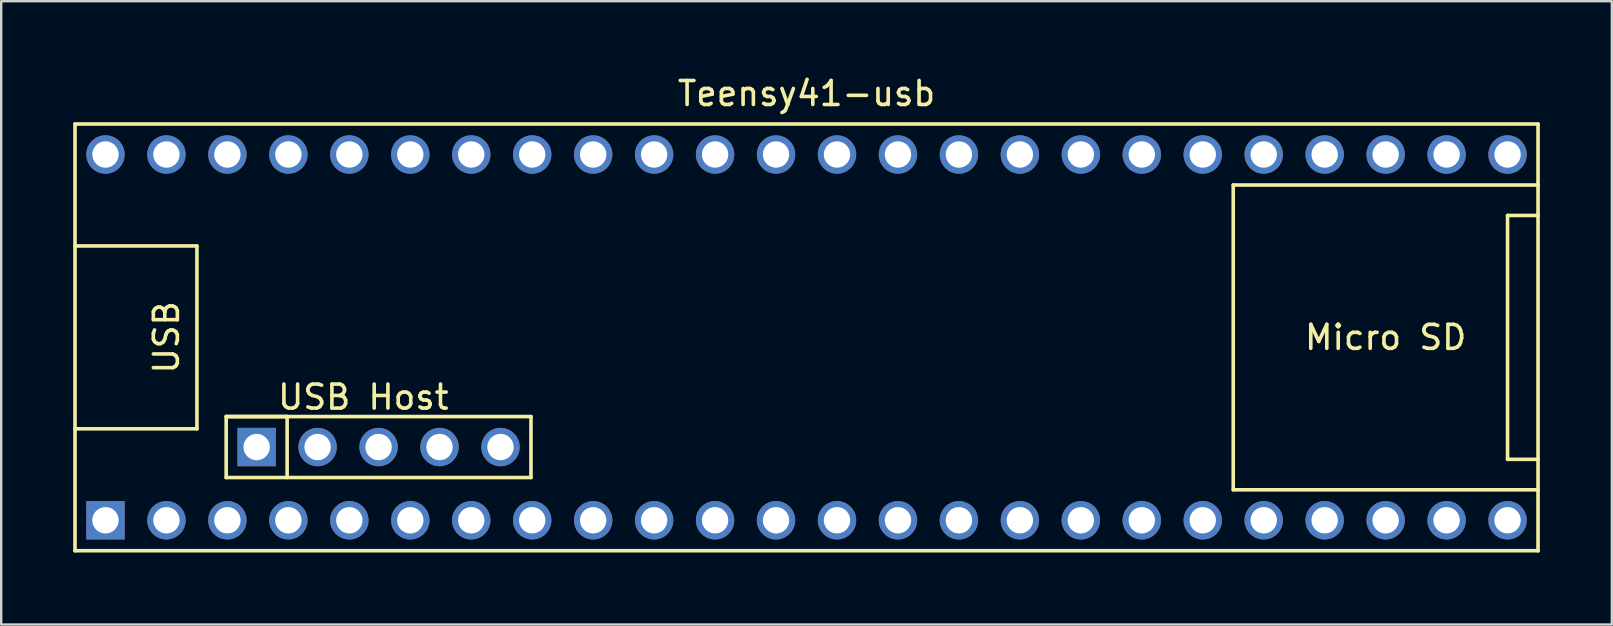
<source format=kicad_pcb>
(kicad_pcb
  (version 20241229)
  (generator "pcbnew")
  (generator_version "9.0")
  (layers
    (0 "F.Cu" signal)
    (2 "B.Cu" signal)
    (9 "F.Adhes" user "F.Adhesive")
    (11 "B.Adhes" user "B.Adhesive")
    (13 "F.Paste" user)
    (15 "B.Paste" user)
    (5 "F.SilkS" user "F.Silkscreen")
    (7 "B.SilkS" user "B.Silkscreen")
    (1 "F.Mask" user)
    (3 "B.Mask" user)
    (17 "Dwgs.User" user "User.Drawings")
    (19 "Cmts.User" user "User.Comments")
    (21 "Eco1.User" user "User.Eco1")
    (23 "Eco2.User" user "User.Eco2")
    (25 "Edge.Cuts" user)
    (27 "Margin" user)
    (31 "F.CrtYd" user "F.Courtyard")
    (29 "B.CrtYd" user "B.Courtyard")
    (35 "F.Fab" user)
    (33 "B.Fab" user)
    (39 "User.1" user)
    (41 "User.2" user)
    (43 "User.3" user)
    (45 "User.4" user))
  (footprint "Teensy41-usb"
    (layer "F.Cu")
    (at 30.555 11.008)
    (property "Reference" "Teensy41-usb" (at 0 -10.16 0) (layer "F.SilkS") (effects (font (size 1 1) (thickness 0.15))))
    (attr through_hole)
    (fp_line (start -30.48 -8.89) (end 30.48 -8.89) (stroke (width 0.15) (type solid)) (layer "F.SilkS"))
    (fp_line (start -30.48 8.89) (end -30.48 -8.89) (stroke (width 0.15) (type solid)) (layer "F.SilkS"))
    (fp_line (start -25.4 -3.81) (end -30.48 -3.81) (stroke (width 0.15) (type solid)) (layer "F.SilkS"))
    (fp_line (start -25.4 3.81) (end -30.48 3.81) (stroke (width 0.15) (type solid)) (layer "F.SilkS"))
    (fp_line (start -25.4 3.81) (end -25.4 -3.81) (stroke (width 0.15) (type solid)) (layer "F.SilkS"))
    (fp_line (start -24.181 3.299) (end -21.641 3.299) (stroke (width 0.15) (type solid)) (layer "F.SilkS"))
    (fp_line (start -24.181 3.299) (end -11.481 3.299) (stroke (width 0.15) (type solid)) (layer "F.SilkS"))
    (fp_line (start -24.181 5.839) (end -24.181 3.299) (stroke (width 0.15) (type solid)) (layer "F.SilkS"))
    (fp_line (start -21.641 3.299) (end -21.641 5.839) (stroke (width 0.15) (type solid)) (layer "F.SilkS"))
    (fp_line (start -11.481 3.299) (end -11.481 5.839) (stroke (width 0.15) (type solid)) (layer "F.SilkS"))
    (fp_line (start -11.481 5.839) (end -24.181 5.839) (stroke (width 0.15) (type solid)) (layer "F.SilkS"))
    (fp_line (start 17.78 -6.35) (end 17.78 6.35) (stroke (width 0.15) (type solid)) (layer "F.SilkS"))
    (fp_line (start 17.78 6.35) (end 30.48 6.35) (stroke (width 0.15) (type solid)) (layer "F.SilkS"))
    (fp_line (start 29.21 -5.08) (end 29.21 5.08) (stroke (width 0.15) (type solid)) (layer "F.SilkS"))
    (fp_line (start 29.21 5.08) (end 30.48 5.08) (stroke (width 0.15) (type solid)) (layer "F.SilkS"))
    (fp_line (start 30.48 -8.89) (end 30.48 8.89) (stroke (width 0.15) (type solid)) (layer "F.SilkS"))
    (fp_line (start 30.48 -6.35) (end 17.78 -6.35) (stroke (width 0.15) (type solid)) (layer "F.SilkS"))
    (fp_line (start 30.48 -5.08) (end 29.21 -5.08) (stroke (width 0.15) (type solid)) (layer "F.SilkS"))
    (fp_line (start 30.48 8.89) (end -30.48 8.89) (stroke (width 0.15) (type solid)) (layer "F.SilkS"))
    (fp_text user "USB Host" (at -18.466 2.489 0) (layer "F.SilkS") (effects (font (size 1 1) (thickness 0.15))))
    (fp_text user "USB" (at -26.67 0 270) (layer "F.SilkS") (effects (font (size 1 1) (thickness 0.15))))
    (fp_text user "Micro SD" (at 24.13 0 0) (layer "F.SilkS") (effects (font (size 1 1) (thickness 0.15))))
    (pad "1" thru_hole rect (at -29.21 7.62) (size 1.6 1.6) (drill 1.1) (layers "*.Cu" "*.Mask"))
    (pad "2" thru_hole circle (at -26.67 7.62) (size 1.6 1.6) (drill 1.1) (layers "*.Cu" "*.Mask"))
    (pad "3" thru_hole circle (at -24.13 7.62) (size 1.6 1.6) (drill 1.1) (layers "*.Cu" "*.Mask"))
    (pad "4" thru_hole circle (at -21.59 7.62) (size 1.6 1.6) (drill 1.1) (layers "*.Cu" "*.Mask"))
    (pad "5" thru_hole circle (at -19.05 7.62) (size 1.6 1.6) (drill 1.1) (layers "*.Cu" "*.Mask"))
    (pad "6" thru_hole circle (at -16.51 7.62) (size 1.6 1.6) (drill 1.1) (layers "*.Cu" "*.Mask"))
    (pad "7" thru_hole circle (at -13.97 7.62) (size 1.6 1.6) (drill 1.1) (layers "*.Cu" "*.Mask"))
    (pad "8" thru_hole circle (at -11.43 7.62) (size 1.6 1.6) (drill 1.1) (layers "*.Cu" "*.Mask"))
    (pad "9" thru_hole circle (at -8.89 7.62) (size 1.6 1.6) (drill 1.1) (layers "*.Cu" "*.Mask"))
    (pad "10" thru_hole circle (at -6.35 7.62) (size 1.6 1.6) (drill 1.1) (layers "*.Cu" "*.Mask"))
    (pad "11" thru_hole circle (at -3.81 7.62) (size 1.6 1.6) (drill 1.1) (layers "*.Cu" "*.Mask"))
    (pad "12" thru_hole circle (at -1.27 7.62) (size 1.6 1.6) (drill 1.1) (layers "*.Cu" "*.Mask"))
    (pad "13" thru_hole circle (at 1.27 7.62) (size 1.6 1.6) (drill 1.1) (layers "*.Cu" "*.Mask"))
    (pad "14" thru_hole circle (at 3.81 7.62) (size 1.6 1.6) (drill 1.1) (layers "*.Cu" "*.Mask"))
    (pad "15" thru_hole circle (at 6.35 7.62) (size 1.6 1.6) (drill 1.1) (layers "*.Cu" "*.Mask"))
    (pad "16" thru_hole circle (at 8.89 7.62) (size 1.6 1.6) (drill 1.1) (layers "*.Cu" "*.Mask"))
    (pad "17" thru_hole circle (at 11.43 7.62) (size 1.6 1.6) (drill 1.1) (layers "*.Cu" "*.Mask"))
    (pad "18" thru_hole circle (at 13.97 7.62) (size 1.6 1.6) (drill 1.1) (layers "*.Cu" "*.Mask"))
    (pad "19" thru_hole circle (at 16.51 7.62) (size 1.6 1.6) (drill 1.1) (layers "*.Cu" "*.Mask"))
    (pad "20" thru_hole circle (at 19.05 7.62) (size 1.6 1.6) (drill 1.1) (layers "*.Cu" "*.Mask"))
    (pad "21" thru_hole circle (at 21.59 7.62) (size 1.6 1.6) (drill 1.1) (layers "*.Cu" "*.Mask"))
    (pad "22" thru_hole circle (at 24.13 7.62) (size 1.6 1.6) (drill 1.1) (layers "*.Cu" "*.Mask"))
    (pad "23" thru_hole circle (at 26.67 7.62) (size 1.6 1.6) (drill 1.1) (layers "*.Cu" "*.Mask"))
    (pad "24" thru_hole circle (at 29.21 7.62) (size 1.6 1.6) (drill 1.1) (layers "*.Cu" "*.Mask"))
    (pad "25" thru_hole circle (at 29.21 -7.62) (size 1.6 1.6) (drill 1.1) (layers "*.Cu" "*.Mask"))
    (pad "26" thru_hole circle (at 26.67 -7.62) (size 1.6 1.6) (drill 1.1) (layers "*.Cu" "*.Mask"))
    (pad "27" thru_hole circle (at 24.13 -7.62) (size 1.6 1.6) (drill 1.1) (layers "*.Cu" "*.Mask"))
    (pad "28" thru_hole circle (at 21.59 -7.62) (size 1.6 1.6) (drill 1.1) (layers "*.Cu" "*.Mask"))
    (pad "29" thru_hole circle (at 19.05 -7.62) (size 1.6 1.6) (drill 1.1) (layers "*.Cu" "*.Mask"))
    (pad "30" thru_hole circle (at 16.51 -7.62) (size 1.6 1.6) (drill 1.1) (layers "*.Cu" "*.Mask"))
    (pad "31" thru_hole circle (at 13.97 -7.62) (size 1.6 1.6) (drill 1.1) (layers "*.Cu" "*.Mask"))
    (pad "32" thru_hole circle (at 11.43 -7.62) (size 1.6 1.6) (drill 1.1) (layers "*.Cu" "*.Mask"))
    (pad "33" thru_hole circle (at 8.89 -7.62) (size 1.6 1.6) (drill 1.1) (layers "*.Cu" "*.Mask"))
    (pad "34" thru_hole circle (at 6.35 -7.62) (size 1.6 1.6) (drill 1.1) (layers "*.Cu" "*.Mask"))
    (pad "35" thru_hole circle (at 3.81 -7.62) (size 1.6 1.6) (drill 1.1) (layers "*.Cu" "*.Mask"))
    (pad "36" thru_hole circle (at 1.27 -7.62) (size 1.6 1.6) (drill 1.1) (layers "*.Cu" "*.Mask"))
    (pad "37" thru_hole circle (at -1.27 -7.62) (size 1.6 1.6) (drill 1.1) (layers "*.Cu" "*.Mask"))
    (pad "38" thru_hole circle (at -3.81 -7.62) (size 1.6 1.6) (drill 1.1) (layers "*.Cu" "*.Mask"))
    (pad "39" thru_hole circle (at -6.35 -7.62) (size 1.6 1.6) (drill 1.1) (layers "*.Cu" "*.Mask"))
    (pad "40" thru_hole circle (at -8.89 -7.62) (size 1.6 1.6) (drill 1.1) (layers "*.Cu" "*.Mask"))
    (pad "41" thru_hole circle (at -11.43 -7.62) (size 1.6 1.6) (drill 1.1) (layers "*.Cu" "*.Mask"))
    (pad "42" thru_hole circle (at -13.97 -7.62) (size 1.6 1.6) (drill 1.1) (layers "*.Cu" "*.Mask"))
    (pad "43" thru_hole circle (at -16.51 -7.62) (size 1.6 1.6) (drill 1.1) (layers "*.Cu" "*.Mask"))
    (pad "44" thru_hole circle (at -19.05 -7.62) (size 1.6 1.6) (drill 1.1) (layers "*.Cu" "*.Mask"))
    (pad "45" thru_hole circle (at -21.59 -7.62) (size 1.6 1.6) (drill 1.1) (layers "*.Cu" "*.Mask"))
    (pad "46" thru_hole circle (at -24.13 -7.62) (size 1.6 1.6) (drill 1.1) (layers "*.Cu" "*.Mask"))
    (pad "47" thru_hole circle (at -26.67 -7.62) (size 1.6 1.6) (drill 1.1) (layers "*.Cu" "*.Mask"))
    (pad "48" thru_hole circle (at -29.21 -7.62) (size 1.6 1.6) (drill 1.1) (layers "*.Cu" "*.Mask"))
    (pad "55" thru_hole rect (at -22.911 4.569) (size 1.6 1.6) (drill 1.1) (layers "*.Cu" "*.Mask"))
    (pad "56" thru_hole circle (at -20.371 4.569) (size 1.6 1.6) (drill 1.1) (layers "*.Cu" "*.Mask"))
    (pad "57" thru_hole circle (at -17.831 4.569) (size 1.6 1.6) (drill 1.1) (layers "*.Cu" "*.Mask"))
    (pad "58" thru_hole circle (at -15.291 4.569) (size 1.6 1.6) (drill 1.1) (layers "*.Cu" "*.Mask"))
    (pad "59" thru_hole circle (at -12.751 4.569) (size 1.6 1.6) (drill 1.1) (layers "*.Cu" "*.Mask")))
  (gr_rect
    (start -3 -3)
    (end 64.11 22.973)
    (stroke (width 0.1) (type default))
    (fill no)
    (layer "Edge.Cuts")))
</source>
